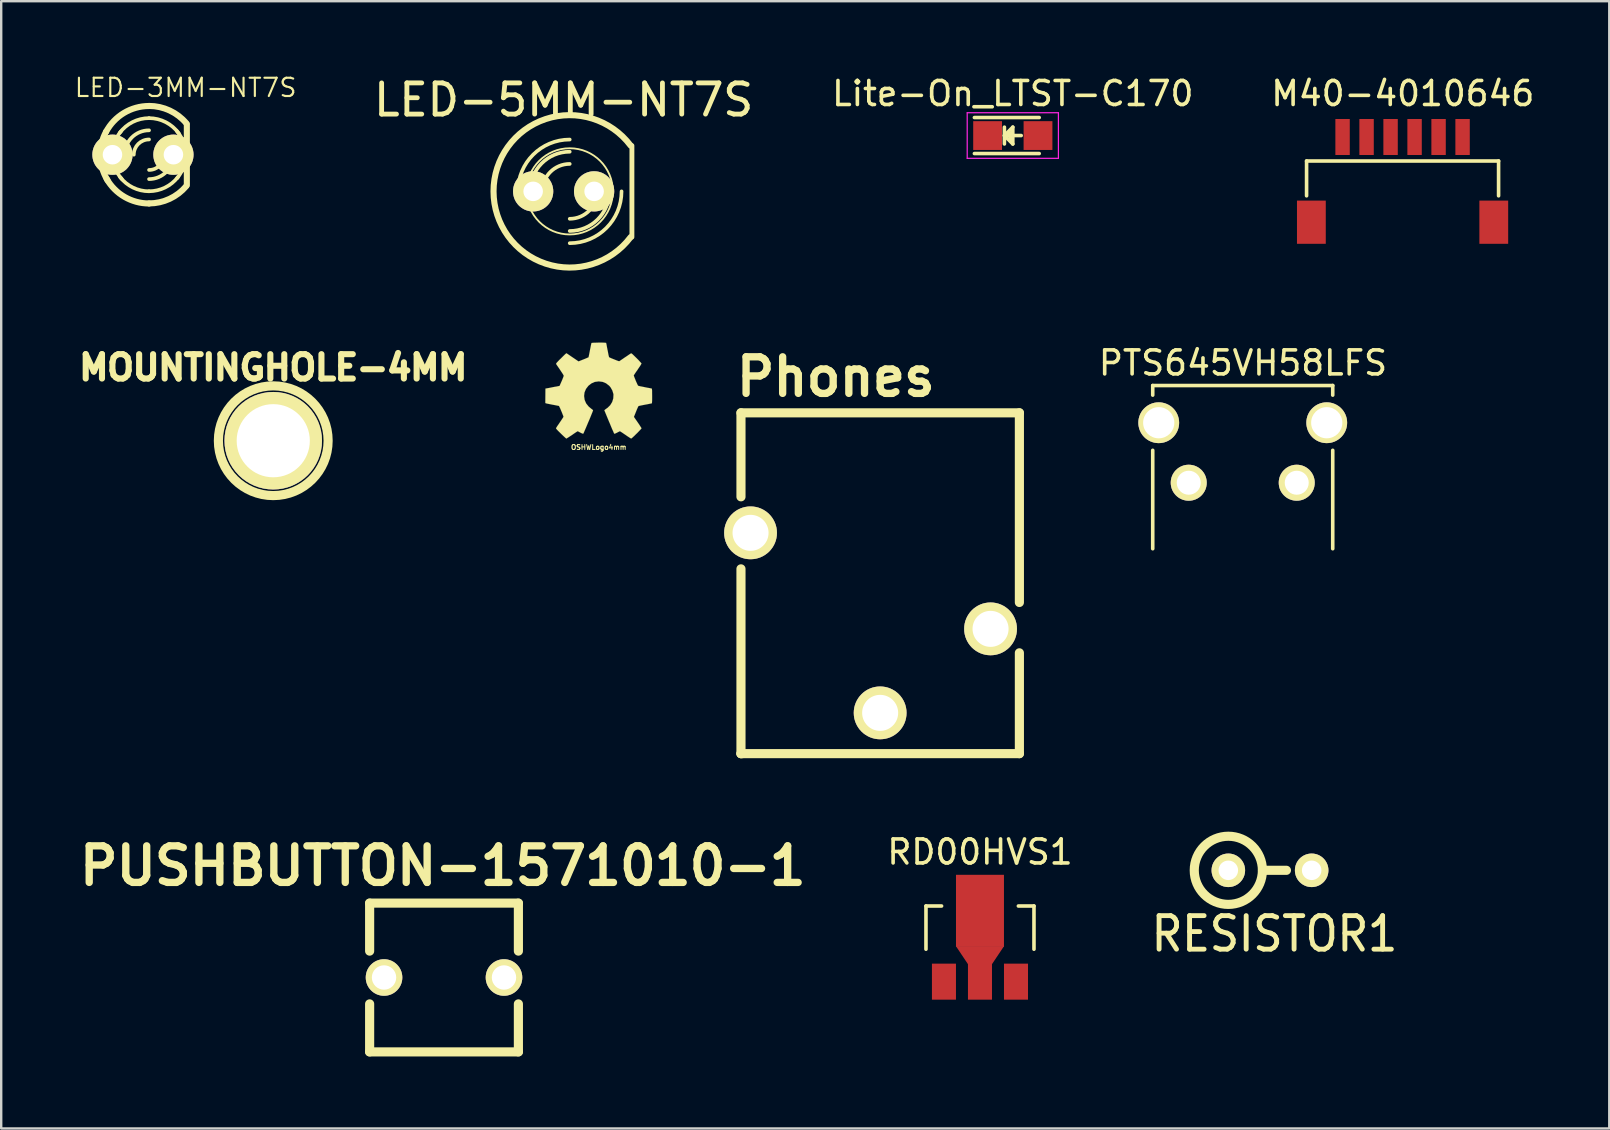
<source format=kicad_pcb>
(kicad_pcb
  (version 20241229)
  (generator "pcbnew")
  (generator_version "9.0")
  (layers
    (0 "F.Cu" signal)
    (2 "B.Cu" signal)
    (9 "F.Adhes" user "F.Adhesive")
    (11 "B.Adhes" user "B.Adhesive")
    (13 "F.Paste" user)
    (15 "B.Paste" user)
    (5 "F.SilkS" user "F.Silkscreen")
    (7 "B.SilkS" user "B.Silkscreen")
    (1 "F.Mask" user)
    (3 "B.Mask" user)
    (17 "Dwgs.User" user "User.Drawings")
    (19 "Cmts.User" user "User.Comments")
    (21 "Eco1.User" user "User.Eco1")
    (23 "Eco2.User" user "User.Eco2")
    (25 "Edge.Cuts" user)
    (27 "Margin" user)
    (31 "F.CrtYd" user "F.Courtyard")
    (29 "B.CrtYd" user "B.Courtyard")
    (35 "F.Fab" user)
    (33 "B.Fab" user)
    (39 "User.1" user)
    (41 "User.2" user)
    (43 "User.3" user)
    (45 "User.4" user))
  (footprint "MOUNTINGHOLE-4MM"
    (layer "F.Cu")
    (at 8.335 15.313)
    (property "Reference" "MOUNTINGHOLE-4MM" (at 0 -3.048 0) (layer "F.SilkS") (effects (font (size 1.016 1.016) (thickness 0.254))))
    (attr through_hole)
    (fp_circle (center 0 0) (end 0 -2.286) (stroke (width 0.381) (type solid)) (fill no) (layer "F.SilkS"))
    (pad "1" thru_hole circle (at 0 0) (size 4.064 4.064) (drill 3.048) (layers "*.Cu" "*.Mask" "F.SilkS")))
  (footprint "LED-5MM-NT7S"
    (layer "F.Cu")
    (at 20.434 4.923)
    (property "Reference" "LED-5MM-NT7S" (at 0 -3.81 0) (layer "F.SilkS") (effects (font (size 1.3 1.3) (thickness 0.201))))
    (attr exclude_from_pos_files exclude_from_bom)
    (fp_line (start 2.845 1.905) (end 2.845 -1.905) (stroke (width 0.203) (type solid)) (layer "F.SilkS"))
    (fp_arc (start -1.905 0) (mid -1.272644 -1.526644) (end 0.254 -2.159) (stroke (width 0.1524) (type solid)) (layer "F.SilkS"))
    (fp_arc (start -1.397 0) (mid -0.913433 -1.167433) (end 0.254 -1.651) (stroke (width 0.1524) (type solid)) (layer "F.SilkS"))
    (fp_arc (start -0.889 0) (mid -0.554223 -0.808223) (end 0.254 -1.143) (stroke (width 0.1524) (type solid)) (layer "F.SilkS"))
    (fp_arc (start 1.397 0) (mid 1.062223 0.808223) (end 0.254 1.143) (stroke (width 0.1524) (type solid)) (layer "F.SilkS"))
    (fp_arc (start 1.905 0) (mid 1.421433 1.167433) (end 0.254 1.651) (stroke (width 0.1524) (type solid)) (layer "F.SilkS"))
    (fp_arc (start 2.413 0) (mid 1.780644 1.526644) (end 0.254 2.159) (stroke (width 0.1524) (type solid)) (layer "F.SilkS"))
    (fp_arc (start 2.794 1.905) (mid -2.921 0.001668) (end 2.791997 -1.907668) (stroke (width 0.254) (type solid)) (layer "F.SilkS"))
    (fp_circle (center 0.254 0) (end -1.016 1.27) (stroke (width 0.076) (type solid)) (fill no) (layer "F.SilkS"))
    (pad "1" thru_hole circle (at -1.27 0) (size 1.676 1.676) (drill 0.813) (layers "*.Cu" "*.Mask" "F.SilkS" "F.Paste"))
    (pad "2" thru_hole circle (at 1.27 0) (size 1.676 1.676) (drill 0.813) (layers "*.Cu" "*.Mask" "F.SilkS" "F.Paste")))
  (footprint "RD00HVS1"
    (layer "F.Cu")
    (at 37.781 35.999)
    (property "Reference" "RD00HVS1" (at 0 -3.55 0) (layer "F.SilkS") (effects (font (size 1 1) (thickness 0.15))))
    (attr smd)
    (fp_line (start -2.25 -1.3) (end -2.25 0.5) (stroke (width 0.15) (type solid)) (layer "F.SilkS"))
    (fp_line (start -2.25 -1.3) (end -1.6 -1.3) (stroke (width 0.15) (type solid)) (layer "F.SilkS"))
    (fp_line (start 2.25 -1.3) (end 1.6 -1.3) (stroke (width 0.15) (type solid)) (layer "F.SilkS"))
    (fp_line (start 2.25 -1.3) (end 2.25 0.5) (stroke (width 0.15) (type solid)) (layer "F.SilkS"))
    (pad "1" smd rect (at 0 -1.1) (size 1.999 3) (layers "F.Cu" "F.Mask" "F.Paste"))
    (pad "1" smd trapezoid (at 0 0.749 180) (size 1.501 0.749) (rect_delta 0 0.5) (layers "F.Cu" "F.Mask" "F.Paste"))
    (pad "1" smd rect (at 0 1.852) (size 1.001 1.501) (layers "F.Cu" "F.Mask" "F.Paste"))
    (pad "2" smd rect (at -1.501 1.852) (size 1.001 1.501) (layers "F.Cu" "F.Mask" "F.Paste"))
    (pad "3" smd rect (at 1.501 1.852) (size 1.001 1.501) (layers "F.Cu" "F.Mask" "F.Paste")))
  (footprint "PUSHBUTTON-1571010-1"
    (layer "F.Cu")
    (at 15.45 37.678)
    (property "Reference" "PUSHBUTTON-1571010-1" (at -0.051 -4.651 0) (layer "F.SilkS") (effects (font (size 1.524 1.524) (thickness 0.305))))
    (attr through_hole)
    (fp_line (start -3.099 -3.099) (end -3.099 -1.1) (stroke (width 0.381) (type solid)) (layer "F.SilkS"))
    (fp_line (start -3.099 -3.099) (end 3.099 -3.099) (stroke (width 0.381) (type solid)) (layer "F.SilkS"))
    (fp_line (start -3.099 3.099) (end -3.099 1.1) (stroke (width 0.381) (type solid)) (layer "F.SilkS"))
    (fp_line (start -3.099 3.099) (end 3.099 3.099) (stroke (width 0.381) (type solid)) (layer "F.SilkS"))
    (fp_line (start 3.099 -3.099) (end 3.099 -1.1) (stroke (width 0.381) (type solid)) (layer "F.SilkS"))
    (fp_line (start 3.099 3.099) (end 3.099 1.1) (stroke (width 0.381) (type solid)) (layer "F.SilkS"))
    (pad "1" thru_hole circle (at -2.499 0) (size 1.524 1.524) (drill 1.016) (layers "*.Cu" "*.Mask" "F.SilkS"))
    (pad "2" thru_hole circle (at 2.499 0) (size 1.524 1.524) (drill 1.016) (layers "*.Cu" "*.Mask" "F.SilkS")))
  (footprint "RESISTOR1"
    (layer "F.Cu")
    (at 49.851 33.212)
    (property "Reference" "RESISTOR1" (at 0.201 2.649 0) (layer "F.SilkS") (effects (font (size 1.397 1.27) (thickness 0.203))))
    (attr through_hole)
    (fp_line (start -0.3 0) (end 0.699 0) (stroke (width 0.381) (type solid)) (layer "F.SilkS"))
    (fp_circle (center -1.722 0) (end -1.087 1.27) (stroke (width 0.381) (type solid)) (fill no) (layer "F.SilkS"))
    (pad "1" thru_hole circle (at -1.722 0) (size 1.397 1.397) (drill 0.813) (layers "*.Cu" "*.Mask" "F.SilkS"))
    (pad "2" thru_hole circle (at 1.75 0) (size 1.397 1.397) (drill 0.813) (layers "*.Cu" "*.Mask" "F.SilkS")))
  (footprint "M40-4010646"
    (layer "F.Cu")
    (at 55.389 7.408)
    (property "Reference" "M40-4010646" (at 0.01 -6.56 0) (layer "F.SilkS") (effects (font (size 1 1) (thickness 0.15))))
    (attr through_hole)
    (fp_line (start -4 -3.75) (end 4 -3.75) (stroke (width 0.15) (type solid)) (layer "F.SilkS"))
    (fp_line (start -4 -2.3) (end -4 -3.75) (stroke (width 0.15) (type solid)) (layer "F.SilkS"))
    (fp_line (start 4 -3.75) (end 4 -2.3) (stroke (width 0.15) (type solid)) (layer "F.SilkS"))
    (pad "" connect rect (at -3.8 -1.2) (size 1.2 1.8) (layers "F.Cu" "F.Mask"))
    (pad "" connect rect (at 3.8 -1.2) (size 1.2 1.8) (layers "F.Cu" "F.Mask"))
    (pad "1" smd rect (at -2.5 -4.75) (size 0.6 1.5) (layers "F.Cu" "F.Mask" "F.Paste"))
    (pad "2" smd rect (at -1.5 -4.75) (size 0.6 1.5) (layers "F.Cu" "F.Mask" "F.Paste"))
    (pad "3" smd rect (at -0.5 -4.75) (size 0.6 1.5) (layers "F.Cu" "F.Mask" "F.Paste"))
    (pad "4" smd rect (at 0.5 -4.75) (size 0.6 1.5) (layers "F.Cu" "F.Mask" "F.Paste"))
    (pad "5" smd rect (at 1.5 -4.75) (size 0.6 1.5) (layers "F.Cu" "F.Mask" "F.Paste"))
    (pad "6" smd rect (at 2.5 -4.75) (size 0.6 1.5) (layers "F.Cu" "F.Mask" "F.Paste")))
  (footprint "Lite-On_LTST-C170"
    (layer "F.Cu")
    (at 39.149 2.598)
    (property "Reference" "Lite-On_LTST-C170" (at 0 -1.75 0) (layer "F.SilkS") (effects (font (size 1 1) (thickness 0.15))))
    (attr smd)
    (fp_line (start -1.6 -0.75) (end 1.1 -0.75) (stroke (width 0.15) (type solid)) (layer "F.SilkS"))
    (fp_line (start -1.6 0.75) (end 1.1 0.75) (stroke (width 0.15) (type solid)) (layer "F.SilkS"))
    (fp_line (start -0.35 -0.35) (end -0.35 0.35) (stroke (width 0.15) (type solid)) (layer "F.SilkS"))
    (fp_line (start -0.35 0) (end 0 -0.35) (stroke (width 0.15) (type solid)) (layer "F.SilkS"))
    (fp_line (start -0.1 -0.1) (end -0.25 0.05) (stroke (width 0.15) (type solid)) (layer "F.SilkS"))
    (fp_line (start -0.1 0.15) (end -0.1 -0.1) (stroke (width 0.15) (type solid)) (layer "F.SilkS"))
    (fp_line (start 0 -0.35) (end 0 0.35) (stroke (width 0.15) (type solid)) (layer "F.SilkS"))
    (fp_line (start 0 0) (end 0.35 0) (stroke (width 0.15) (type solid)) (layer "F.SilkS"))
    (fp_line (start 0 0.35) (end -0.35 0) (stroke (width 0.15) (type solid)) (layer "F.SilkS"))
    (fp_line (start -1.9 -0.95) (end 1.9 -0.95) (stroke (width 0.05) (type solid)) (layer "F.CrtYd"))
    (fp_line (start -1.9 0.95) (end -1.9 -0.95) (stroke (width 0.05) (type solid)) (layer "F.CrtYd"))
    (fp_line (start 1.9 -0.95) (end 1.9 0.95) (stroke (width 0.05) (type solid)) (layer "F.CrtYd"))
    (fp_line (start 1.9 0.95) (end -1.9 0.95) (stroke (width 0.05) (type solid)) (layer "F.CrtYd"))
    (pad "1" smd rect (at 1.05 0 180) (size 1.2 1.2) (layers "F.Cu" "F.Mask" "F.Paste"))
    (pad "2" smd rect (at -1.05 0 180) (size 1.2 1.2) (layers "F.Cu" "F.Mask" "F.Paste")))
  (footprint "OSHWLogo4mm"
    (layer "F.Cu")
    (at 21.896 13.225)
    (property "Reference" "OSHWLogo4mm" (at 0 2.36 0) (layer "F.SilkS") (effects (font (size 0.203 0.203) (thickness 0.041))))
    (attr through_hole)
    (fp_poly (pts (xy -1.349 1.999) (xy -1.326 1.986) (xy -1.273 1.953) (xy -1.199 1.905) (xy -1.11 1.847) (xy -1.024 1.786) (xy -0.95 1.737) (xy -0.899 1.704) (xy -0.879 1.694) (xy -0.866 1.697) (xy -0.826 1.717) (xy -0.765 1.75) (xy -0.729 1.768) (xy -0.673 1.791) (xy -0.645 1.796) (xy -0.64 1.788) (xy -0.62 1.748) (xy -0.589 1.674) (xy -0.546 1.577) (xy -0.498 1.463) (xy -0.447 1.341) (xy -0.394 1.219) (xy -0.345 1.1) (xy -0.302 0.993) (xy -0.267 0.907) (xy -0.244 0.846) (xy -0.236 0.82) (xy -0.239 0.815) (xy -0.267 0.787) (xy -0.315 0.752) (xy -0.419 0.665) (xy -0.523 0.536) (xy -0.587 0.389) (xy -0.61 0.224) (xy -0.592 0.074) (xy -0.531 -0.071) (xy -0.429 -0.203) (xy -0.305 -0.3) (xy -0.163 -0.363) (xy 0 -0.384) (xy 0.155 -0.366) (xy 0.302 -0.307) (xy 0.434 -0.206) (xy 0.49 -0.142) (xy 0.566 -0.01) (xy 0.61 0.132) (xy 0.615 0.168) (xy 0.607 0.325) (xy 0.561 0.475) (xy 0.48 0.607) (xy 0.366 0.719) (xy 0.351 0.729) (xy 0.297 0.767) (xy 0.262 0.795) (xy 0.234 0.818) (xy 0.432 1.298) (xy 0.465 1.374) (xy 0.518 1.504) (xy 0.566 1.618) (xy 0.607 1.707) (xy 0.632 1.768) (xy 0.645 1.791) (xy 0.645 1.793) (xy 0.663 1.796) (xy 0.699 1.783) (xy 0.767 1.75) (xy 0.81 1.727) (xy 0.861 1.702) (xy 0.884 1.694) (xy 0.904 1.704) (xy 0.953 1.735) (xy 1.024 1.783) (xy 1.11 1.841) (xy 1.191 1.897) (xy 1.265 1.946) (xy 1.321 1.981) (xy 1.346 1.996) (xy 1.351 1.996) (xy 1.374 1.984) (xy 1.417 1.946) (xy 1.483 1.885) (xy 1.575 1.793) (xy 1.59 1.781) (xy 1.666 1.702) (xy 1.727 1.638) (xy 1.768 1.593) (xy 1.783 1.57) (xy 1.77 1.544) (xy 1.735 1.491) (xy 1.687 1.415) (xy 1.626 1.326) (xy 1.466 1.095) (xy 1.554 0.876) (xy 1.58 0.81) (xy 1.615 0.729) (xy 1.641 0.673) (xy 1.654 0.648) (xy 1.676 0.638) (xy 1.735 0.625) (xy 1.821 0.607) (xy 1.925 0.587) (xy 2.024 0.569) (xy 2.111 0.551) (xy 2.177 0.538) (xy 2.205 0.533) (xy 2.212 0.531) (xy 2.217 0.516) (xy 2.22 0.485) (xy 2.223 0.432) (xy 2.225 0.348) (xy 2.225 0.224) (xy 2.225 0.211) (xy 2.223 0.094) (xy 2.223 0) (xy 2.217 -0.058) (xy 2.215 -0.084) (xy 2.187 -0.089) (xy 2.123 -0.104) (xy 2.035 -0.119) (xy 1.93 -0.14) (xy 1.923 -0.142) (xy 1.819 -0.163) (xy 1.73 -0.18) (xy 1.669 -0.196) (xy 1.641 -0.203) (xy 1.636 -0.211) (xy 1.615 -0.251) (xy 1.585 -0.318) (xy 1.549 -0.396) (xy 1.516 -0.48) (xy 1.486 -0.554) (xy 1.466 -0.61) (xy 1.46 -0.635) (xy 1.476 -0.66) (xy 1.511 -0.714) (xy 1.562 -0.79) (xy 1.626 -0.879) (xy 1.628 -0.886) (xy 1.689 -0.975) (xy 1.74 -1.052) (xy 1.77 -1.105) (xy 1.783 -1.128) (xy 1.783 -1.13) (xy 1.763 -1.156) (xy 1.717 -1.206) (xy 1.654 -1.275) (xy 1.575 -1.354) (xy 1.549 -1.379) (xy 1.463 -1.463) (xy 1.405 -1.519) (xy 1.367 -1.547) (xy 1.349 -1.554) (xy 1.321 -1.537) (xy 1.265 -1.501) (xy 1.189 -1.448) (xy 1.097 -1.387) (xy 1.092 -1.384) (xy 1.003 -1.323) (xy 0.93 -1.273) (xy 0.876 -1.237) (xy 0.853 -1.224) (xy 0.848 -1.224) (xy 0.813 -1.234) (xy 0.749 -1.257) (xy 0.673 -1.288) (xy 0.589 -1.321) (xy 0.516 -1.351) (xy 0.46 -1.377) (xy 0.432 -1.392) (xy 0.432 -1.394) (xy 0.422 -1.425) (xy 0.406 -1.491) (xy 0.389 -1.582) (xy 0.368 -1.692) (xy 0.363 -1.709) (xy 0.343 -1.816) (xy 0.328 -1.902) (xy 0.315 -1.963) (xy 0.307 -1.989) (xy 0.292 -1.991) (xy 0.241 -1.996) (xy 0.163 -1.999) (xy 0.066 -1.999) (xy -0.033 -1.999) (xy -0.132 -1.996) (xy -0.216 -1.994) (xy -0.274 -1.989) (xy -0.3 -1.984) (xy -0.302 -1.984) (xy -0.31 -1.951) (xy -0.325 -1.885) (xy -0.343 -1.791) (xy -0.366 -1.681) (xy -0.368 -1.664) (xy -0.389 -1.557) (xy -0.406 -1.471) (xy -0.419 -1.41) (xy -0.427 -1.387) (xy -0.434 -1.382) (xy -0.48 -1.364) (xy -0.551 -1.333) (xy -0.638 -1.298) (xy -0.841 -1.217) (xy -1.092 -1.387) (xy -1.115 -1.402) (xy -1.204 -1.463) (xy -1.278 -1.514) (xy -1.328 -1.547) (xy -1.351 -1.557) (xy -1.377 -1.534) (xy -1.427 -1.488) (xy -1.494 -1.422) (xy -1.572 -1.344) (xy -1.631 -1.288) (xy -1.699 -1.217) (xy -1.745 -1.168) (xy -1.768 -1.138) (xy -1.775 -1.12) (xy -1.773 -1.107) (xy -1.758 -1.082) (xy -1.722 -1.029) (xy -1.669 -0.953) (xy -1.608 -0.864) (xy -1.56 -0.79) (xy -1.504 -0.706) (xy -1.468 -0.645) (xy -1.458 -0.617) (xy -1.46 -0.605) (xy -1.478 -0.556) (xy -1.506 -0.483) (xy -1.544 -0.394) (xy -1.631 -0.196) (xy -1.76 -0.17) (xy -1.839 -0.157) (xy -1.951 -0.135) (xy -2.055 -0.114) (xy -2.22 -0.084) (xy -2.225 0.518) (xy -2.2 0.528) (xy -2.174 0.536) (xy -2.113 0.549) (xy -2.027 0.566) (xy -1.925 0.587) (xy -1.839 0.602) (xy -1.75 0.62) (xy -1.687 0.632) (xy -1.659 0.638) (xy -1.651 0.648) (xy -1.631 0.688) (xy -1.598 0.757) (xy -1.565 0.838) (xy -1.529 0.922) (xy -1.499 1.001) (xy -1.476 1.059) (xy -1.468 1.092) (xy -1.481 1.115) (xy -1.514 1.166) (xy -1.562 1.24) (xy -1.621 1.326) (xy -1.681 1.415) (xy -1.732 1.488) (xy -1.765 1.542) (xy -1.781 1.567) (xy -1.773 1.585) (xy -1.74 1.626) (xy -1.674 1.694) (xy -1.575 1.791) (xy -1.56 1.806) (xy -1.481 1.882) (xy -1.415 1.943) (xy -1.369 1.984) (xy -1.349 1.999)) (stroke (width 0.003) (type solid)) (fill yes) (layer "F.SilkS")))
  (footprint "PTS645VH58LFS"
    (layer "F.Cu")
    (at 48.729 19.913)
    (property "Reference" "PTS645VH58LFS" (at 0.01 -7.84 0) (layer "F.SilkS") (effects (font (size 1 1) (thickness 0.15))))
    (attr through_hole)
    (fp_line (start -3.75 -6.9) (end 3.75 -6.9) (stroke (width 0.15) (type solid)) (layer "F.SilkS"))
    (fp_line (start -3.75 -6.5) (end -3.75 -6.9) (stroke (width 0.15) (type solid)) (layer "F.SilkS"))
    (fp_line (start -3.75 -0.1) (end -3.75 -4.2) (stroke (width 0.15) (type solid)) (layer "F.SilkS"))
    (fp_line (start 3.75 -6.9) (end 3.75 -6.5) (stroke (width 0.15) (type solid)) (layer "F.SilkS"))
    (fp_line (start 3.75 -0.1) (end 3.75 -4.2) (stroke (width 0.15) (type solid)) (layer "F.SilkS"))
    (pad "" np_thru_hole circle (at -3.5 -5.35) (size 1.7 1.7) (drill 1.3) (layers "*.Cu" "*.Mask" "F.SilkS"))
    (pad "" np_thru_hole circle (at 3.5 -5.35) (size 1.7 1.7) (drill 1.3) (layers "*.Cu" "*.Mask" "F.SilkS"))
    (pad "1" thru_hole circle (at -2.25 -2.85) (size 1.5 1.5) (drill 1) (layers "*.Cu" "*.Mask" "F.SilkS"))
    (pad "2" thru_hole circle (at 2.25 -2.85) (size 1.5 1.5) (drill 1) (layers "*.Cu" "*.Mask" "F.SilkS")))
  (footprint "Phones"
    (layer "F.Cu")
    (at 27.823 28.351)
    (property "Reference" "Phones" (at 3.95 -15.7 0) (layer "F.SilkS") (effects (font (size 1.524 1.524) (thickness 0.305))))
    (attr through_hole)
    (fp_line (start 0 -14.201) (end 0 -10.701) (stroke (width 0.381) (type solid)) (layer "F.SilkS"))
    (fp_line (start 0 0) (end 0 -7.699) (stroke (width 0.381) (type solid)) (layer "F.SilkS"))
    (fp_line (start 0 0) (end 0.051 0) (stroke (width 0.381) (type solid)) (layer "F.SilkS"))
    (fp_line (start 0 0) (end 11.6 0) (stroke (width 0.381) (type solid)) (layer "F.SilkS"))
    (fp_line (start 11.6 -14.201) (end 0 -14.201) (stroke (width 0.381) (type solid)) (layer "F.SilkS"))
    (fp_line (start 11.6 -14.201) (end 11.6 -6.299) (stroke (width 0.381) (type solid)) (layer "F.SilkS"))
    (fp_line (start 11.6 0) (end 11.6 -4.201) (stroke (width 0.381) (type solid)) (layer "F.SilkS"))
    (pad "1" thru_hole circle (at 0.399 -9.2) (size 2.2 2.2) (drill 1.501) (layers "*.Cu" "*.Mask" "F.SilkS"))
    (pad "2" thru_hole circle (at 10.399 -5.199) (size 2.2 2.2) (drill 1.501) (layers "*.Cu" "*.Mask" "F.SilkS"))
    (pad "3" thru_hole circle (at 5.799 -1.699) (size 2.2 2.2) (drill 1.501) (layers "*.Cu" "*.Mask" "F.SilkS")))
  (footprint "LED-3MM-NT7S"
    (layer "F.Cu")
    (at 2.906 3.396)
    (property "Reference" "LED-3MM-NT7S" (at 1.778 -2.794 0) (layer "F.SilkS") (effects (font (size 0.762 0.762) (thickness 0.089))))
    (attr through_hole)
    (fp_line (start 1.829 1.27) (end 1.829 -1.27) (stroke (width 0.254) (type solid)) (layer "F.SilkS"))
    (fp_arc (start -1.778 0) (mid -1.716347 -0.496745) (end -1.53513 -0.963347) (stroke (width 0.254) (type solid)) (layer "F.SilkS"))
    (fp_arc (start -1.5367 -0.95504) (mid -0.790567 -1.739997) (end 0.253025 -2.02946) (stroke (width 0.254) (type solid)) (layer "F.SilkS"))
    (fp_arc (start -1.47574 1.06426) (mid -1.700164 0.553076) (end -1.776923 0.0001) (stroke (width 0.254) (type solid)) (layer "F.SilkS"))
    (fp_arc (start -1.27 0) (mid -1.178999 -0.518738) (end -0.916864 -0.975527) (stroke (width 0.1524) (type solid)) (layer "F.SilkS"))
    (fp_arc (start -0.9652 -0.9144) (mid -0.427912 -1.362928) (end 0.253199 -1.524) (stroke (width 0.1524) (type solid)) (layer "F.SilkS"))
    (fp_arc (start -0.88392 1.01092) (mid -1.168742 0.540951) (end -1.268111 0.000469) (stroke (width 0.1524) (type solid)) (layer "F.SilkS"))
    (fp_arc (start -0.762 0) (mid -0.46442 -0.71842) (end 0.254 -1.016) (stroke (width 0.1524) (type solid)) (layer "F.SilkS"))
    (fp_arc (start -0.381 0) (mid -0.195013 -0.449013) (end 0.254 -0.635) (stroke (width 0.1524) (type solid)) (layer "F.SilkS"))
    (fp_arc (start 0.254 -2.032) (mid 1.114367 -1.840867) (end 1.81288 -1.303426) (stroke (width 0.254) (type solid)) (layer "F.SilkS"))
    (fp_arc (start 0.254 -1.524) (mid 0.950618 -1.35547) (end 1.493166 -0.887155) (stroke (width 0.1524) (type solid)) (layer "F.SilkS"))
    (fp_arc (start 0.254 1.524) (mid -0.415273 1.369179) (end -0.948564 0.936171) (stroke (width 0.1524) (type solid)) (layer "F.SilkS"))
    (fp_arc (start 0.254 2.032) (mid -0.76507 1.757988) (end -1.509299 1.009851) (stroke (width 0.254) (type solid)) (layer "F.SilkS"))
    (fp_arc (start 0.889 0) (mid 0.703013 0.449013) (end 0.254 0.635) (stroke (width 0.1524) (type solid)) (layer "F.SilkS"))
    (fp_arc (start 1.27 0) (mid 0.97242 0.71842) (end 0.254 1.016) (stroke (width 0.1524) (type solid)) (layer "F.SilkS"))
    (fp_arc (start 1.4097 -0.9906) (mid 1.681593 -0.528119) (end 1.776147 -0.000034) (stroke (width 0.1524) (type solid)) (layer "F.SilkS"))
    (fp_arc (start 1.45542 0.93472) (mid 0.922882 1.367373) (end 0.254442 1.522206) (stroke (width 0.1524) (type solid)) (layer "F.SilkS"))
    (fp_arc (start 1.778 0) (mid 1.686999 0.518738) (end 1.424864 0.975527) (stroke (width 0.1524) (type solid)) (layer "F.SilkS"))
    (fp_arc (start 1.8034 1.31064) (mid 1.109154 1.840416) (end 0.256552 2.029387) (stroke (width 0.254) (type solid)) (layer "F.SilkS"))
    (pad "1" thru_hole circle (at -1.27 0) (size 1.676 1.676) (drill 0.813) (layers "*.Cu" "*.Mask" "F.SilkS" "F.Paste"))
    (pad "2" thru_hole circle (at 1.27 0) (size 1.676 1.676) (drill 0.813) (layers "*.Cu" "*.Mask" "F.SilkS" "F.Paste")))
  (gr_rect
    (start -3 -3)
    (end 64.001 43.968)
    (stroke (width 0.1) (type default))
    (fill no)
    (layer "Edge.Cuts")))
</source>
